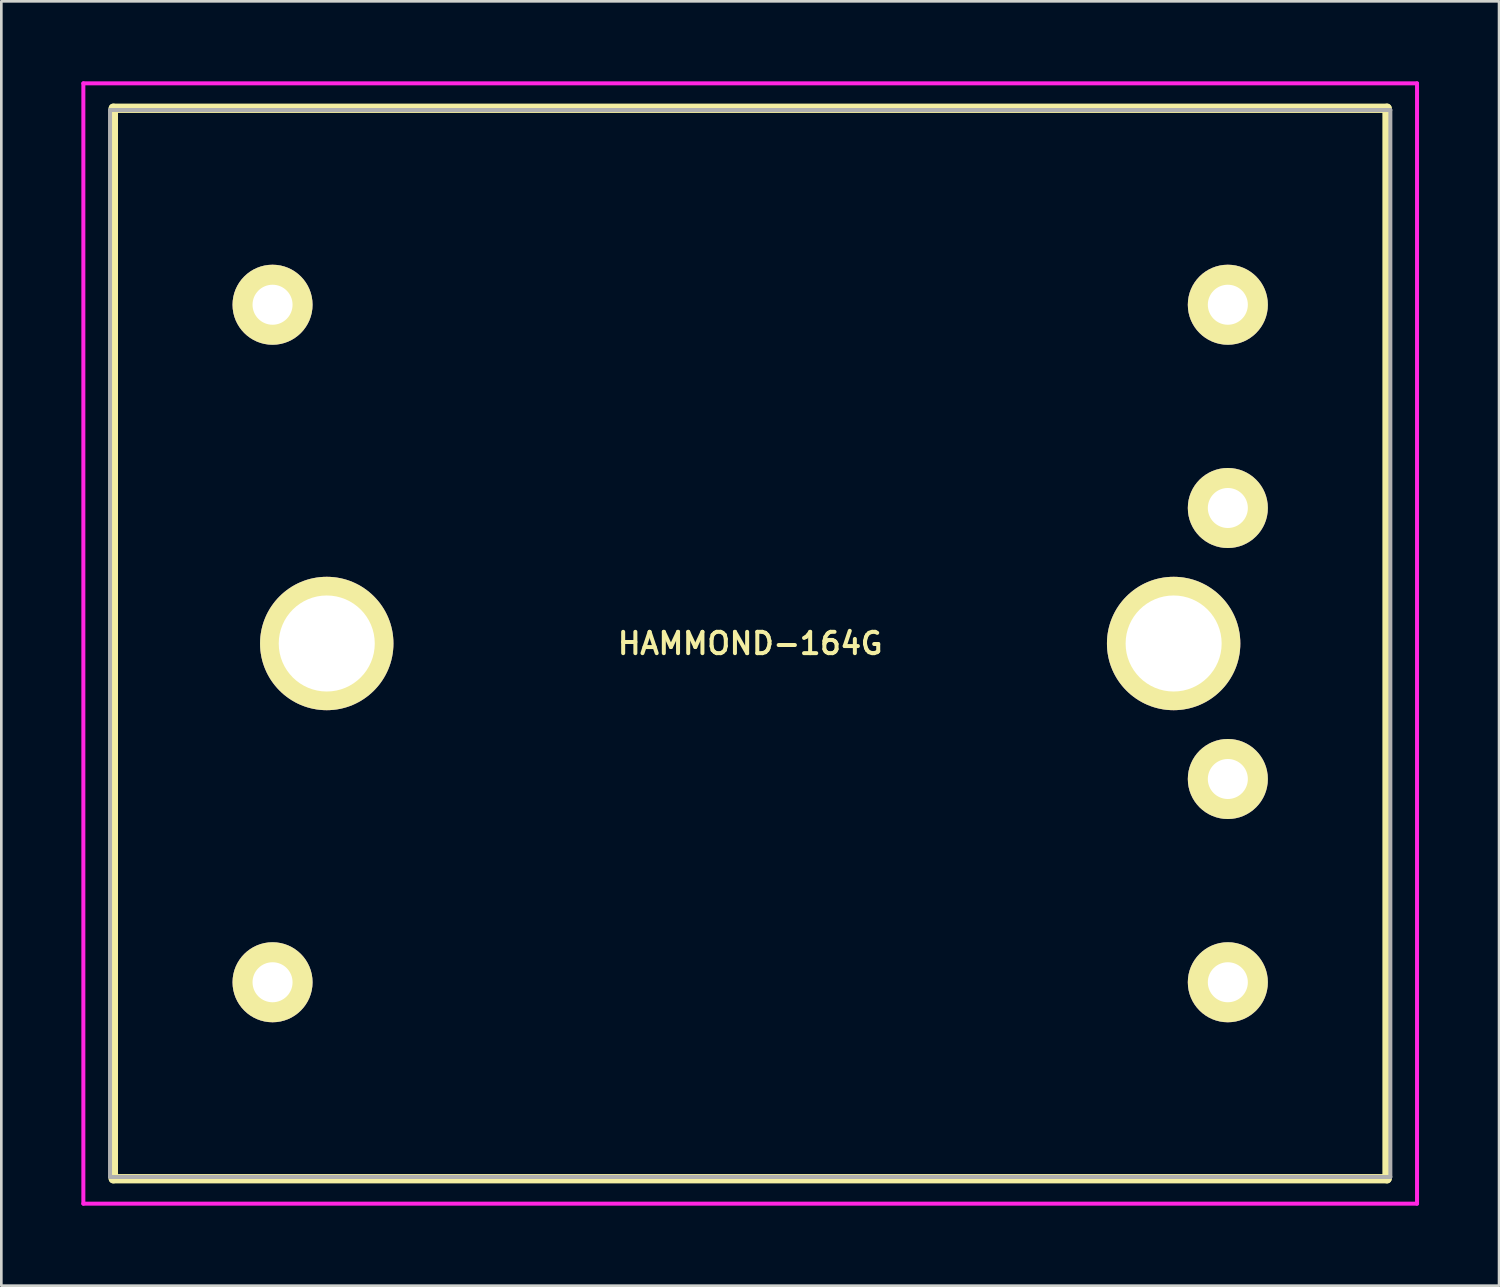
<source format=kicad_pcb>
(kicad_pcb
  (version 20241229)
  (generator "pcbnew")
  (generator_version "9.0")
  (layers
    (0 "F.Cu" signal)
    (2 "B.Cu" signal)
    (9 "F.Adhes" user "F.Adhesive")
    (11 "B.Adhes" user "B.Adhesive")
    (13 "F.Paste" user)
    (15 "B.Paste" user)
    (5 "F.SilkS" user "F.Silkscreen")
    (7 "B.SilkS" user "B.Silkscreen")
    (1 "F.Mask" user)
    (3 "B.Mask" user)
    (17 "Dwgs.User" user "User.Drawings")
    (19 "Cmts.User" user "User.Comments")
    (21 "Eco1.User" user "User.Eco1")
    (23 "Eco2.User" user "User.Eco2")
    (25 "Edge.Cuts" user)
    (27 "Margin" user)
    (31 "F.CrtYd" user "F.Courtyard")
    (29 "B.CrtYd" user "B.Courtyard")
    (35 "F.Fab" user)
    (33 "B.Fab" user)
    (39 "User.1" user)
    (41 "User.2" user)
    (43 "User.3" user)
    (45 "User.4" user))
  (footprint "HAMMOND-164G"
    (layer "F.Cu")
    (at 25.075 21.075)
    (property "Reference" "HAMMOND-164G" (at 0 0 0) (layer "F.SilkS") (effects (font (size 0.8 0.8) (thickness 0.15))))
    (attr through_hole)
    (fp_line (start -23.876 -20.066) (end 23.876 -20.066) (stroke (width 0.35) (type solid)) (layer "F.SilkS"))
    (fp_line (start -23.876 20.066) (end -23.876 -20.066) (stroke (width 0.35) (type solid)) (layer "F.SilkS"))
    (fp_line (start 23.876 -20.066) (end 23.876 20.066) (stroke (width 0.35) (type solid)) (layer "F.SilkS"))
    (fp_line (start 23.876 20.066) (end -23.876 20.066) (stroke (width 0.35) (type solid)) (layer "F.SilkS"))
    (fp_line (start -25 -21) (end 25 -21) (stroke (width 0.15) (type solid)) (layer "F.CrtYd"))
    (fp_line (start -25 21) (end -25 -21) (stroke (width 0.15) (type solid)) (layer "F.CrtYd"))
    (fp_line (start 25 -21) (end 25 21) (stroke (width 0.15) (type solid)) (layer "F.CrtYd"))
    (fp_line (start 25 21) (end -25 21) (stroke (width 0.15) (type solid)) (layer "F.CrtYd"))
    (fp_line (start -24 -20) (end 24 -20) (stroke (width 0.15) (type solid)) (layer "F.Fab"))
    (fp_line (start -24 20) (end -24 -20) (stroke (width 0.15) (type solid)) (layer "F.Fab"))
    (fp_line (start 24 -20) (end 24 20) (stroke (width 0.15) (type solid)) (layer "F.Fab"))
    (fp_line (start 24 20) (end -24 20) (stroke (width 0.15) (type solid)) (layer "F.Fab"))
    (pad "" np_thru_hole circle (at -15.875 0) (size 5 5) (drill 3.6) (layers "*.Cu" "*.Mask" "F.SilkS"))
    (pad "" np_thru_hole circle (at 15.875 0) (size 5 5) (drill 3.6) (layers "*.Cu" "*.Mask" "F.SilkS"))
    (pad "1" thru_hole circle (at -17.907 -12.7) (size 3 3) (drill 1.5) (layers "*.Cu" "*.Mask" "F.SilkS"))
    (pad "2" thru_hole circle (at -17.907 12.7) (size 3 3) (drill 1.5) (layers "*.Cu" "*.Mask" "F.SilkS"))
    (pad "3" thru_hole circle (at 17.907 -12.7) (size 3 3) (drill 1.5) (layers "*.Cu" "*.Mask" "F.SilkS"))
    (pad "4" thru_hole circle (at 17.907 5.08) (size 3 3) (drill 1.5) (layers "*.Cu" "*.Mask" "F.SilkS"))
    (pad "5" thru_hole circle (at 17.907 -5.08) (size 3 3) (drill 1.5) (layers "*.Cu" "*.Mask" "F.SilkS"))
    (pad "6" thru_hole circle (at 17.907 12.7) (size 3 3) (drill 1.5) (layers "*.Cu" "*.Mask" "F.SilkS")))
  (gr_rect
    (start -3 -3)
    (end 53.15 45.15)
    (stroke (width 0.1) (type default))
    (fill no)
    (layer "Edge.Cuts")))
</source>
